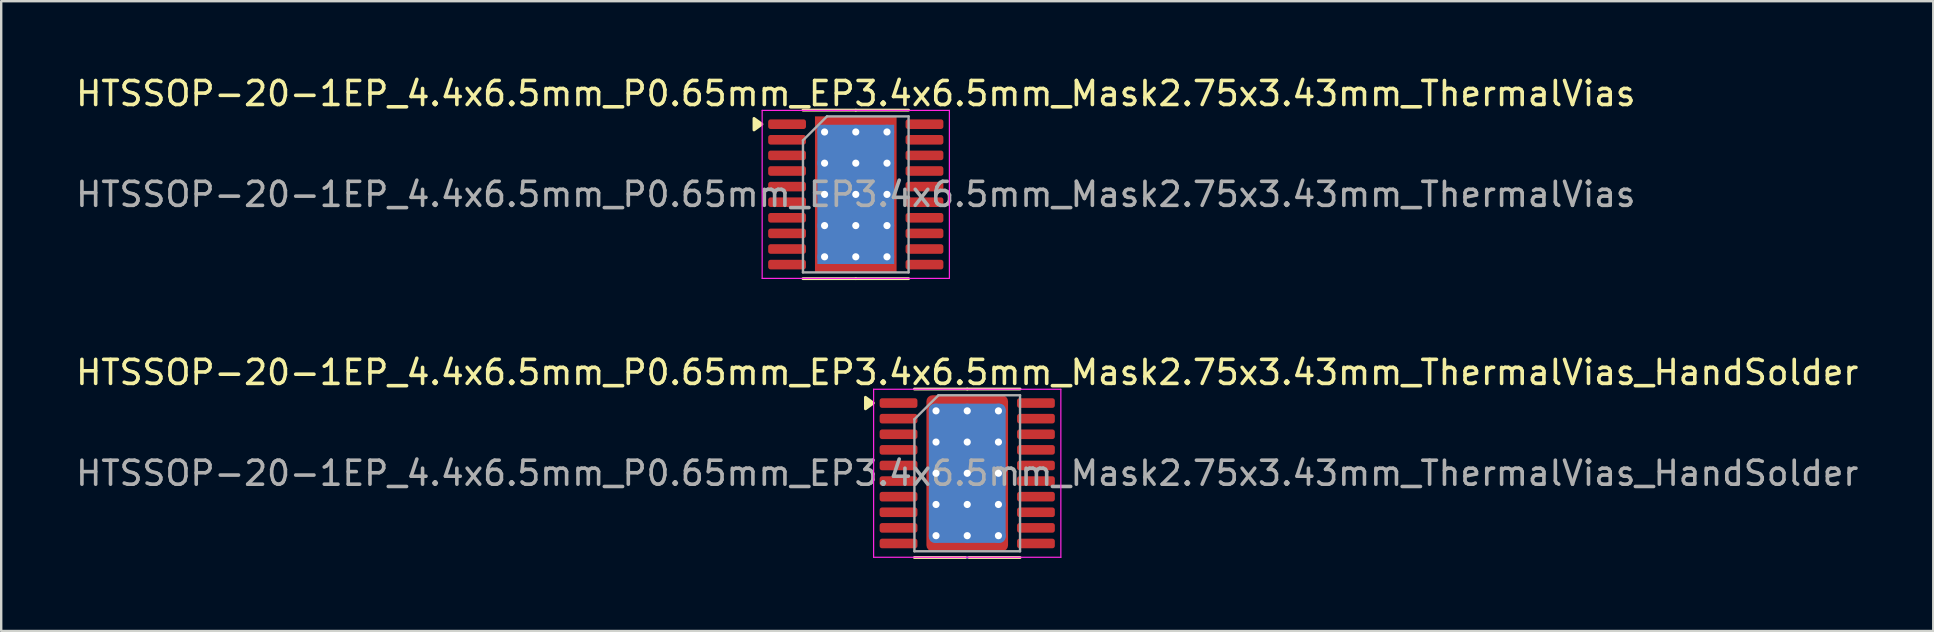
<source format=kicad_pcb>
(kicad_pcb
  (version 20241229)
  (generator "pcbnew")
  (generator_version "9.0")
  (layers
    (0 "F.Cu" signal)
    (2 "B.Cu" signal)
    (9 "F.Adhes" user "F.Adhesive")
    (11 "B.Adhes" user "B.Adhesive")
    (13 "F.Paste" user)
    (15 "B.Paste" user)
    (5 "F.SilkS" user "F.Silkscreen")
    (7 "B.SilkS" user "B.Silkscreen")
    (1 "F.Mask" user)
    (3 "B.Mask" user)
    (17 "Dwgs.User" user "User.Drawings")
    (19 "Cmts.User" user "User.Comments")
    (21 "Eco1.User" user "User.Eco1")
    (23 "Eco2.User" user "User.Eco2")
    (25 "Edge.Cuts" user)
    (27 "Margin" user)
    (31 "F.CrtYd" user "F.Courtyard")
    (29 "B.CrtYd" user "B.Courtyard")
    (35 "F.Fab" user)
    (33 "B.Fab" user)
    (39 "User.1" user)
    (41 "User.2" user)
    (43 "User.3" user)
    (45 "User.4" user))
  (footprint "HTSSOP-20-1EP_4.4x6.5mm_P0.65mm_EP3.4x6.5mm_Mask2.75x3.43mm_ThermalVias_HandSolder"
    (layer "F.Cu")
    (at 37.244 16.666)
    (property "Reference" "HTSSOP-20-1EP_4.4x6.5mm_P0.65mm_EP3.4x6.5mm_Mask2.75x3.43mm_ThermalVias_HandSolder" (at 0 -4.2 0) (layer "F.SilkS") (effects (font (size 1 1) (thickness 0.15))))
    (attr smd)
    (fp_line (start 0 -3.51) (end -2.2 -3.51) (stroke (width 0.12) (type solid)) (layer "F.SilkS"))
    (fp_line (start 0 -3.51) (end 2.2 -3.51) (stroke (width 0.12) (type solid)) (layer "F.SilkS"))
    (fp_line (start 0 3.51) (end -2.2 3.51) (stroke (width 0.12) (type solid)) (layer "F.SilkS"))
    (fp_line (start 0 3.51) (end 2.2 3.51) (stroke (width 0.12) (type solid)) (layer "F.SilkS"))
    (fp_poly (pts (xy -3.91 -2.925) (xy -4.24 -3.165) (xy -4.24 -2.685) (xy -3.91 -2.925)) (stroke (width 0.12) (type solid)) (fill yes) (layer "F.SilkS"))
    (fp_line (start -3.9 -3.5) (end -3.9 3.5) (stroke (width 0.05) (type solid)) (layer "F.CrtYd"))
    (fp_line (start -3.9 3.5) (end 3.9 3.5) (stroke (width 0.05) (type solid)) (layer "F.CrtYd"))
    (fp_line (start 3.9 -3.5) (end -3.9 -3.5) (stroke (width 0.05) (type solid)) (layer "F.CrtYd"))
    (fp_line (start 3.9 3.5) (end 3.9 -3.5) (stroke (width 0.05) (type solid)) (layer "F.CrtYd"))
    (fp_line (start 0 3.51) (end 0 3.51) (stroke (width 0.12) (type solid)) (layer "B.Fab"))
    (fp_line (start -2.2 -2.25) (end -1.2 -3.25) (stroke (width 0.1) (type solid)) (layer "F.Fab"))
    (fp_line (start -2.2 3.25) (end -2.2 -2.25) (stroke (width 0.1) (type solid)) (layer "F.Fab"))
    (fp_line (start -1.2 -3.25) (end 2.2 -3.25) (stroke (width 0.1) (type solid)) (layer "F.Fab"))
    (fp_line (start 2.2 -3.25) (end 2.2 3.25) (stroke (width 0.1) (type solid)) (layer "F.Fab"))
    (fp_line (start 2.2 3.25) (end -2.2 3.25) (stroke (width 0.1) (type solid)) (layer "F.Fab"))
    (fp_text user "${REFERENCE}" (at 0 0 0) (layer "F.Fab") (effects (font (size 1 1) (thickness 0.15))))
    (pad "" smd roundrect (at -0.69 -0.86) (size 1.11 1.38) (layers "F.Paste") (roundrect_rratio 0.225))
    (pad "" smd roundrect (at -0.69 0.86) (size 1.11 1.38) (layers "F.Paste") (roundrect_rratio 0.225))
    (pad "" smd roundrect (at 0 0) (size 2.75 3.43) (layers "*.Mask") (roundrect_rratio 0.091))
    (pad "" smd roundrect (at 0.69 -0.86) (size 1.11 1.38) (layers "F.Paste") (roundrect_rratio 0.225))
    (pad "" smd roundrect (at 0.69 0.86) (size 1.11 1.38) (layers "F.Paste") (roundrect_rratio 0.225))
    (pad "1" smd roundrect (at -2.862 -2.925) (size 1.575 0.4) (layers "F.Cu" "F.Mask" "F.Paste") (roundrect_rratio 0.25))
    (pad "2" smd roundrect (at -2.862 -2.275) (size 1.575 0.4) (layers "F.Cu" "F.Mask" "F.Paste") (roundrect_rratio 0.25))
    (pad "3" smd roundrect (at -2.862 -1.625) (size 1.575 0.4) (layers "F.Cu" "F.Mask" "F.Paste") (roundrect_rratio 0.25))
    (pad "4" smd roundrect (at -2.862 -0.975) (size 1.575 0.4) (layers "F.Cu" "F.Mask" "F.Paste") (roundrect_rratio 0.25))
    (pad "5" smd roundrect (at -2.862 -0.325) (size 1.575 0.4) (layers "F.Cu" "F.Mask" "F.Paste") (roundrect_rratio 0.25))
    (pad "6" smd roundrect (at -2.862 0.325) (size 1.575 0.4) (layers "F.Cu" "F.Mask" "F.Paste") (roundrect_rratio 0.25))
    (pad "7" smd roundrect (at -2.862 0.975) (size 1.575 0.4) (layers "F.Cu" "F.Mask" "F.Paste") (roundrect_rratio 0.25))
    (pad "8" smd roundrect (at -2.862 1.625) (size 1.575 0.4) (layers "F.Cu" "F.Mask" "F.Paste") (roundrect_rratio 0.25))
    (pad "9" smd roundrect (at -2.862 2.275) (size 1.575 0.4) (layers "F.Cu" "F.Mask" "F.Paste") (roundrect_rratio 0.25))
    (pad "10" smd roundrect (at -2.862 2.925) (size 1.575 0.4) (layers "F.Cu" "F.Mask" "F.Paste") (roundrect_rratio 0.25))
    (pad "11" smd roundrect (at 2.862 2.925) (size 1.575 0.4) (layers "F.Cu" "F.Mask" "F.Paste") (roundrect_rratio 0.25))
    (pad "12" smd roundrect (at 2.862 2.275) (size 1.575 0.4) (layers "F.Cu" "F.Mask" "F.Paste") (roundrect_rratio 0.25))
    (pad "13" smd roundrect (at 2.862 1.625) (size 1.575 0.4) (layers "F.Cu" "F.Mask" "F.Paste") (roundrect_rratio 0.25))
    (pad "14" smd roundrect (at 2.862 0.975) (size 1.575 0.4) (layers "F.Cu" "F.Mask" "F.Paste") (roundrect_rratio 0.25))
    (pad "15" smd roundrect (at 2.862 0.325) (size 1.575 0.4) (layers "F.Cu" "F.Mask" "F.Paste") (roundrect_rratio 0.25))
    (pad "16" smd roundrect (at 2.862 -0.325) (size 1.575 0.4) (layers "F.Cu" "F.Mask" "F.Paste") (roundrect_rratio 0.25))
    (pad "17" smd roundrect (at 2.862 -0.975) (size 1.575 0.4) (layers "F.Cu" "F.Mask" "F.Paste") (roundrect_rratio 0.25))
    (pad "18" smd roundrect (at 2.862 -1.625) (size 1.575 0.4) (layers "F.Cu" "F.Mask" "F.Paste") (roundrect_rratio 0.25))
    (pad "19" smd roundrect (at 2.862 -2.275) (size 1.575 0.4) (layers "F.Cu" "F.Mask" "F.Paste") (roundrect_rratio 0.25))
    (pad "20" smd roundrect (at 2.862 -2.925) (size 1.575 0.4) (layers "F.Cu" "F.Mask" "F.Paste") (roundrect_rratio 0.25))
    (pad "21" thru_hole circle (at -1.3 -2.6) (size 0.6 0.6) (drill 0.3) (layers "*.Cu"))
    (pad "21" thru_hole circle (at -1.3 -1.3) (size 0.6 0.6) (drill 0.3) (layers "*.Cu"))
    (pad "21" thru_hole circle (at -1.3 0) (size 0.6 0.6) (drill 0.3) (layers "*.Cu"))
    (pad "21" thru_hole circle (at -1.3 1.3) (size 0.6 0.6) (drill 0.3) (layers "*.Cu"))
    (pad "21" thru_hole circle (at -1.3 2.6) (size 0.6 0.6) (drill 0.3) (layers "*.Cu"))
    (pad "21" thru_hole circle (at 0 -2.6) (size 0.6 0.6) (drill 0.3) (layers "*.Cu"))
    (pad "21" thru_hole circle (at 0 -1.3) (size 0.6 0.6) (drill 0.3) (layers "*.Cu"))
    (pad "21" thru_hole circle (at 0 0) (size 0.6 0.6) (drill 0.3) (layers "*.Cu"))
    (pad "21" smd roundrect (at 0 0) (size 3.2 5.8) (layers "B.Cu") (roundrect_rratio 0.078))
    (pad "21" smd roundrect (at 0 0) (size 3.4 6.5) (layers "F.Cu") (roundrect_rratio 0.074))
    (pad "21" thru_hole circle (at 0 1.3) (size 0.6 0.6) (drill 0.3) (layers "*.Cu"))
    (pad "21" thru_hole circle (at 0 2.6) (size 0.6 0.6) (drill 0.3) (layers "*.Cu"))
    (pad "21" thru_hole circle (at 1.3 -2.6) (size 0.6 0.6) (drill 0.3) (layers "*.Cu"))
    (pad "21" thru_hole circle (at 1.3 -1.3) (size 0.6 0.6) (drill 0.3) (layers "*.Cu"))
    (pad "21" thru_hole circle (at 1.3 0) (size 0.6 0.6) (drill 0.3) (layers "*.Cu"))
    (pad "21" thru_hole circle (at 1.3 1.3) (size 0.6 0.6) (drill 0.3) (layers "*.Cu"))
    (pad "21" thru_hole circle (at 1.3 2.6) (size 0.6 0.6) (drill 0.3) (layers "*.Cu")))
  (footprint "HTSSOP-20-1EP_4.4x6.5mm_P0.65mm_EP3.4x6.5mm_Mask2.75x3.43mm_ThermalVias"
    (layer "F.Cu")
    (at 32.601 5.048)
    (property "Reference" "HTSSOP-20-1EP_4.4x6.5mm_P0.65mm_EP3.4x6.5mm_Mask2.75x3.43mm_ThermalVias" (at 0 -4.2 0) (layer "F.SilkS") (effects (font (size 1 1) (thickness 0.15))))
    (attr smd)
    (fp_line (start 0 -3.51) (end -2.2 -3.51) (stroke (width 0.12) (type solid)) (layer "F.SilkS"))
    (fp_line (start 0 -3.51) (end 2.2 -3.51) (stroke (width 0.12) (type solid)) (layer "F.SilkS"))
    (fp_line (start 0 3.51) (end -2.2 3.51) (stroke (width 0.12) (type solid)) (layer "F.SilkS"))
    (fp_line (start 0 3.51) (end 2.2 3.51) (stroke (width 0.12) (type solid)) (layer "F.SilkS"))
    (fp_poly (pts (xy -3.91 -2.925) (xy -4.24 -3.165) (xy -4.24 -2.685) (xy -3.91 -2.925)) (stroke (width 0.12) (type solid)) (fill yes) (layer "F.SilkS"))
    (fp_line (start -3.9 -3.5) (end -3.9 3.5) (stroke (width 0.05) (type solid)) (layer "F.CrtYd"))
    (fp_line (start -3.9 3.5) (end 3.9 3.5) (stroke (width 0.05) (type solid)) (layer "F.CrtYd"))
    (fp_line (start 3.9 -3.5) (end -3.9 -3.5) (stroke (width 0.05) (type solid)) (layer "F.CrtYd"))
    (fp_line (start 3.9 3.5) (end 3.9 -3.5) (stroke (width 0.05) (type solid)) (layer "F.CrtYd"))
    (fp_line (start -2.2 -2.25) (end -1.2 -3.25) (stroke (width 0.1) (type solid)) (layer "F.Fab"))
    (fp_line (start -2.2 3.25) (end -2.2 -2.25) (stroke (width 0.1) (type solid)) (layer "F.Fab"))
    (fp_line (start -1.2 -3.25) (end 2.2 -3.25) (stroke (width 0.1) (type solid)) (layer "F.Fab"))
    (fp_line (start 2.2 -3.25) (end 2.2 3.25) (stroke (width 0.1) (type solid)) (layer "F.Fab"))
    (fp_line (start 2.2 3.25) (end -2.2 3.25) (stroke (width 0.1) (type solid)) (layer "F.Fab"))
    (fp_text user "${REFERENCE}" (at 0 0 0) (layer "F.Fab") (effects (font (size 1 1) (thickness 0.15))))
    (pad "" smd roundrect (at -0.69 -0.86) (size 1.11 1.38) (layers "F.Paste") (roundrect_rratio 0.225))
    (pad "" smd roundrect (at -0.69 0.86) (size 1.11 1.38) (layers "F.Paste") (roundrect_rratio 0.225))
    (pad "" smd rect (at 0 0) (size 2.75 3.43) (layers "F.Mask"))
    (pad "" smd roundrect (at 0.69 -0.86) (size 1.11 1.38) (layers "F.Paste") (roundrect_rratio 0.225))
    (pad "" smd roundrect (at 0.69 0.86) (size 1.11 1.38) (layers "F.Paste") (roundrect_rratio 0.225))
    (pad "1" smd roundrect (at -2.862 -2.925) (size 1.575 0.4) (layers "F.Cu" "F.Mask" "F.Paste") (roundrect_rratio 0.25))
    (pad "2" smd roundrect (at -2.862 -2.275) (size 1.575 0.4) (layers "F.Cu" "F.Mask" "F.Paste") (roundrect_rratio 0.25))
    (pad "3" smd roundrect (at -2.862 -1.625) (size 1.575 0.4) (layers "F.Cu" "F.Mask" "F.Paste") (roundrect_rratio 0.25))
    (pad "4" smd roundrect (at -2.862 -0.975) (size 1.575 0.4) (layers "F.Cu" "F.Mask" "F.Paste") (roundrect_rratio 0.25))
    (pad "5" smd roundrect (at -2.862 -0.325) (size 1.575 0.4) (layers "F.Cu" "F.Mask" "F.Paste") (roundrect_rratio 0.25))
    (pad "6" smd roundrect (at -2.862 0.325) (size 1.575 0.4) (layers "F.Cu" "F.Mask" "F.Paste") (roundrect_rratio 0.25))
    (pad "7" smd roundrect (at -2.862 0.975) (size 1.575 0.4) (layers "F.Cu" "F.Mask" "F.Paste") (roundrect_rratio 0.25))
    (pad "8" smd roundrect (at -2.862 1.625) (size 1.575 0.4) (layers "F.Cu" "F.Mask" "F.Paste") (roundrect_rratio 0.25))
    (pad "9" smd roundrect (at -2.862 2.275) (size 1.575 0.4) (layers "F.Cu" "F.Mask" "F.Paste") (roundrect_rratio 0.25))
    (pad "10" smd roundrect (at -2.862 2.925) (size 1.575 0.4) (layers "F.Cu" "F.Mask" "F.Paste") (roundrect_rratio 0.25))
    (pad "11" smd roundrect (at 2.862 2.925) (size 1.575 0.4) (layers "F.Cu" "F.Mask" "F.Paste") (roundrect_rratio 0.25))
    (pad "12" smd roundrect (at 2.862 2.275) (size 1.575 0.4) (layers "F.Cu" "F.Mask" "F.Paste") (roundrect_rratio 0.25))
    (pad "13" smd roundrect (at 2.862 1.625) (size 1.575 0.4) (layers "F.Cu" "F.Mask" "F.Paste") (roundrect_rratio 0.25))
    (pad "14" smd roundrect (at 2.862 0.975) (size 1.575 0.4) (layers "F.Cu" "F.Mask" "F.Paste") (roundrect_rratio 0.25))
    (pad "15" smd roundrect (at 2.862 0.325) (size 1.575 0.4) (layers "F.Cu" "F.Mask" "F.Paste") (roundrect_rratio 0.25))
    (pad "16" smd roundrect (at 2.862 -0.325) (size 1.575 0.4) (layers "F.Cu" "F.Mask" "F.Paste") (roundrect_rratio 0.25))
    (pad "17" smd roundrect (at 2.862 -0.975) (size 1.575 0.4) (layers "F.Cu" "F.Mask" "F.Paste") (roundrect_rratio 0.25))
    (pad "18" smd roundrect (at 2.862 -1.625) (size 1.575 0.4) (layers "F.Cu" "F.Mask" "F.Paste") (roundrect_rratio 0.25))
    (pad "19" smd roundrect (at 2.862 -2.275) (size 1.575 0.4) (layers "F.Cu" "F.Mask" "F.Paste") (roundrect_rratio 0.25))
    (pad "20" smd roundrect (at 2.862 -2.925) (size 1.575 0.4) (layers "F.Cu" "F.Mask" "F.Paste") (roundrect_rratio 0.25))
    (pad "21" thru_hole circle (at -1.3 -2.6) (size 0.6 0.6) (drill 0.3) (property pad_prop_heatsink) (layers "*.Cu"))
    (pad "21" thru_hole circle (at -1.3 -1.3) (size 0.6 0.6) (drill 0.3) (property pad_prop_heatsink) (layers "*.Cu"))
    (pad "21" thru_hole circle (at -1.3 0) (size 0.6 0.6) (drill 0.3) (property pad_prop_heatsink) (layers "*.Cu"))
    (pad "21" thru_hole circle (at -1.3 1.3) (size 0.6 0.6) (drill 0.3) (property pad_prop_heatsink) (layers "*.Cu"))
    (pad "21" thru_hole circle (at -1.3 2.6) (size 0.6 0.6) (drill 0.3) (property pad_prop_heatsink) (layers "*.Cu"))
    (pad "21" thru_hole circle (at 0 -2.6) (size 0.6 0.6) (drill 0.3) (property pad_prop_heatsink) (layers "*.Cu"))
    (pad "21" thru_hole circle (at 0 -1.3) (size 0.6 0.6) (drill 0.3) (property pad_prop_heatsink) (layers "*.Cu"))
    (pad "21" thru_hole circle (at 0 0) (size 0.6 0.6) (drill 0.3) (property pad_prop_heatsink) (layers "*.Cu"))
    (pad "21" smd rect (at 0 0) (size 3.2 5.8) (property pad_prop_heatsink) (layers "B.Cu"))
    (pad "21" smd rect (at 0 0) (size 3.4 6.5) (property pad_prop_heatsink) (layers "F.Cu"))
    (pad "21" thru_hole circle (at 0 1.3) (size 0.6 0.6) (drill 0.3) (property pad_prop_heatsink) (layers "*.Cu"))
    (pad "21" thru_hole circle (at 0 2.6) (size 0.6 0.6) (drill 0.3) (property pad_prop_heatsink) (layers "*.Cu"))
    (pad "21" thru_hole circle (at 1.3 -2.6) (size 0.6 0.6) (drill 0.3) (property pad_prop_heatsink) (layers "*.Cu"))
    (pad "21" thru_hole circle (at 1.3 -1.3) (size 0.6 0.6) (drill 0.3) (property pad_prop_heatsink) (layers "*.Cu"))
    (pad "21" thru_hole circle (at 1.3 0) (size 0.6 0.6) (drill 0.3) (property pad_prop_heatsink) (layers "*.Cu"))
    (pad "21" thru_hole circle (at 1.3 1.3) (size 0.6 0.6) (drill 0.3) (property pad_prop_heatsink) (layers "*.Cu"))
    (pad "21" thru_hole circle (at 1.3 2.6) (size 0.6 0.6) (drill 0.3) (property pad_prop_heatsink) (layers "*.Cu")))
  (gr_rect
    (start -3 -3)
    (end 77.488 23.236)
    (stroke (width 0.1) (type default))
    (fill no)
    (layer "Edge.Cuts")))
</source>
